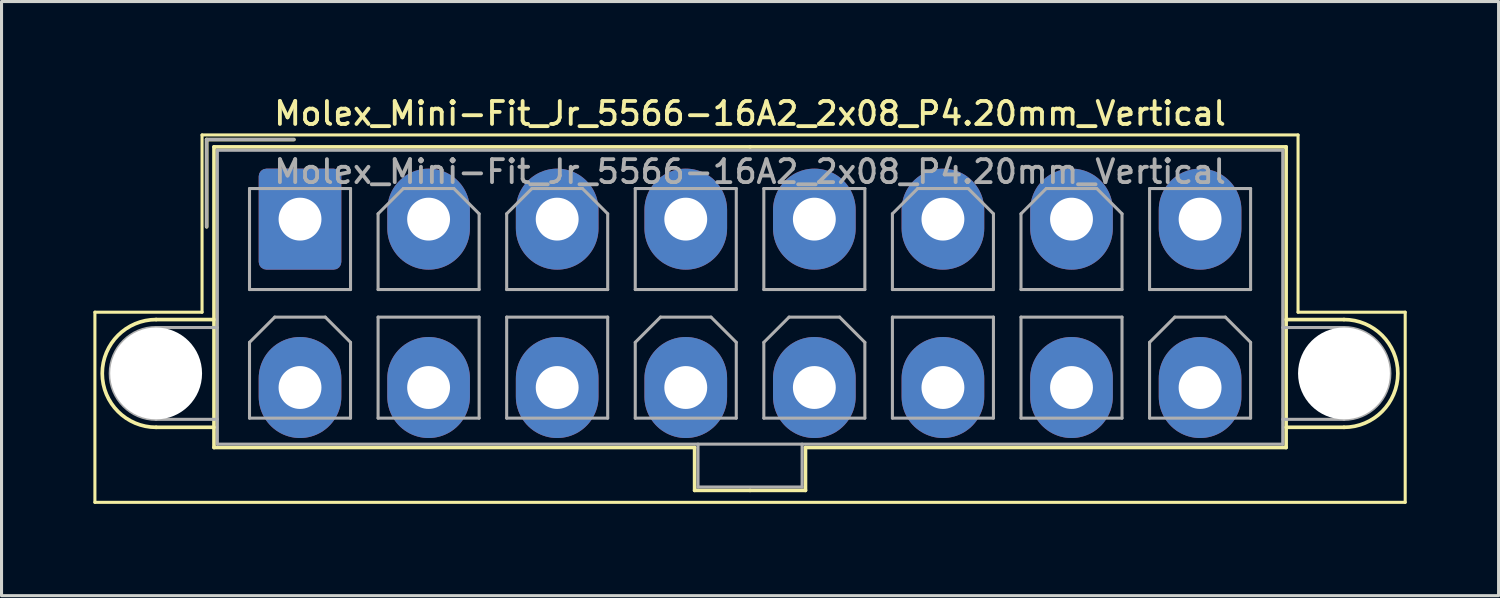
<source format=kicad_pcb>
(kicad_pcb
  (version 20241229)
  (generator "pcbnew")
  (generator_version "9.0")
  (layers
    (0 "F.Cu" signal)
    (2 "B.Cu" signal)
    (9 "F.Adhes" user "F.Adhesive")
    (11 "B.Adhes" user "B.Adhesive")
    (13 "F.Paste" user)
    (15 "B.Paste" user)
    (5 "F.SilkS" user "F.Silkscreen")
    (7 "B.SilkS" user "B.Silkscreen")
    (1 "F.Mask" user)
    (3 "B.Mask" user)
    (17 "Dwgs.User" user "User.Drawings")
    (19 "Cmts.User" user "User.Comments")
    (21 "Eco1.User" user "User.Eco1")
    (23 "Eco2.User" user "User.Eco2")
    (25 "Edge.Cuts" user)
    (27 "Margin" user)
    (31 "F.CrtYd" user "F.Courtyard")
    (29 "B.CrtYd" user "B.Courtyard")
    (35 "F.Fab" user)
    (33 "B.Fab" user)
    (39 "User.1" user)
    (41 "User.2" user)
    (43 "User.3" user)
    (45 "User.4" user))
  (footprint "Molex_Mini-Fit_Jr_5566-16A2_2x08_P4.20mm_Vertical"
    (layer "F.Cu")
    (at 6.75 4.108)
    (property "Reference" "Molex_Mini-Fit_Jr_5566-16A2_2x08_P4.20mm_Vertical" (at 14.7 -3.45 0) (layer "F.SilkS") (effects (font (size 0.75 0.75) (thickness 0.125))))
    (attr through_hole)
    (fp_line (start -6.7 3.04) (end -6.7 9.25) (stroke (width 0.1) (type solid)) (layer "F.SilkS"))
    (fp_line (start -6.7 9.25) (end 36.1 9.25) (stroke (width 0.1) (type solid)) (layer "F.SilkS"))
    (fp_line (start -4.7 3.28) (end -2.81 3.28) (stroke (width 0.12) (type solid)) (layer "F.SilkS"))
    (fp_line (start -4.7 6.8) (end -2.81 6.8) (stroke (width 0.12) (type solid)) (layer "F.SilkS"))
    (fp_line (start -3.2 -2.75) (end -3.2 3.04) (stroke (width 0.1) (type solid)) (layer "F.SilkS"))
    (fp_line (start -3.2 3.04) (end -6.7 3.04) (stroke (width 0.1) (type solid)) (layer "F.SilkS"))
    (fp_line (start -3.05 -2.6) (end -3.05 0.25) (stroke (width 0.12) (type solid)) (layer "F.SilkS"))
    (fp_line (start -2.81 -2.36) (end -2.81 7.46) (stroke (width 0.12) (type solid)) (layer "F.SilkS"))
    (fp_line (start -2.81 7.46) (end 12.89 7.46) (stroke (width 0.12) (type solid)) (layer "F.SilkS"))
    (fp_line (start -0.2 -2.6) (end -3.05 -2.6) (stroke (width 0.12) (type solid)) (layer "F.SilkS"))
    (fp_line (start 12.89 7.46) (end 12.89 8.86) (stroke (width 0.12) (type solid)) (layer "F.SilkS"))
    (fp_line (start 12.89 8.86) (end 14.7 8.86) (stroke (width 0.12) (type solid)) (layer "F.SilkS"))
    (fp_line (start 14.7 -2.36) (end -2.81 -2.36) (stroke (width 0.12) (type solid)) (layer "F.SilkS"))
    (fp_line (start 14.7 -2.36) (end 32.21 -2.36) (stroke (width 0.12) (type solid)) (layer "F.SilkS"))
    (fp_line (start 16.51 7.46) (end 16.51 8.86) (stroke (width 0.12) (type solid)) (layer "F.SilkS"))
    (fp_line (start 16.51 8.86) (end 14.7 8.86) (stroke (width 0.12) (type solid)) (layer "F.SilkS"))
    (fp_line (start 32.21 -2.36) (end 32.21 7.46) (stroke (width 0.12) (type solid)) (layer "F.SilkS"))
    (fp_line (start 32.21 7.46) (end 16.51 7.46) (stroke (width 0.12) (type solid)) (layer "F.SilkS"))
    (fp_line (start 32.6 -2.75) (end -3.2 -2.75) (stroke (width 0.1) (type solid)) (layer "F.SilkS"))
    (fp_line (start 32.6 3.04) (end 32.6 -2.75) (stroke (width 0.1) (type solid)) (layer "F.SilkS"))
    (fp_line (start 34.1 3.28) (end 32.21 3.28) (stroke (width 0.12) (type solid)) (layer "F.SilkS"))
    (fp_line (start 34.1 6.8) (end 32.21 6.8) (stroke (width 0.12) (type solid)) (layer "F.SilkS"))
    (fp_line (start 36.1 3.04) (end 32.6 3.04) (stroke (width 0.1) (type solid)) (layer "F.SilkS"))
    (fp_line (start 36.1 9.25) (end 36.1 3.04) (stroke (width 0.1) (type solid)) (layer "F.SilkS"))
    (fp_arc (start -4.7 6.8) (mid -6.46 5.04) (end -4.7 3.28) (stroke (width 0.12) (type solid)) (layer "F.SilkS"))
    (fp_arc (start 34.1 3.28) (mid 35.86 5.04) (end 34.1 6.8) (stroke (width 0.12) (type solid)) (layer "F.SilkS"))
    (fp_line (start -4.7 3.54) (end -2.7 3.54) (stroke (width 0.1) (type solid)) (layer "F.Fab"))
    (fp_line (start -4.7 6.54) (end -2.7 6.54) (stroke (width 0.1) (type solid)) (layer "F.Fab"))
    (fp_line (start -3.05 -2.6) (end -3.05 0.25) (stroke (width 0.1) (type solid)) (layer "F.Fab"))
    (fp_line (start -2.7 -2.25) (end -2.7 7.35) (stroke (width 0.1) (type solid)) (layer "F.Fab"))
    (fp_line (start -2.7 7.35) (end 32.1 7.35) (stroke (width 0.1) (type solid)) (layer "F.Fab"))
    (fp_line (start -1.65 -1) (end -1.65 2.3) (stroke (width 0.1) (type solid)) (layer "F.Fab"))
    (fp_line (start -1.65 2.3) (end 1.65 2.3) (stroke (width 0.1) (type solid)) (layer "F.Fab"))
    (fp_line (start -1.65 4.025) (end -0.825 3.2) (stroke (width 0.1) (type solid)) (layer "F.Fab"))
    (fp_line (start -1.65 6.5) (end -1.65 4.025) (stroke (width 0.1) (type solid)) (layer "F.Fab"))
    (fp_line (start -0.825 3.2) (end 0.825 3.2) (stroke (width 0.1) (type solid)) (layer "F.Fab"))
    (fp_line (start -0.2 -2.6) (end -3.05 -2.6) (stroke (width 0.1) (type solid)) (layer "F.Fab"))
    (fp_line (start 0.825 3.2) (end 1.65 4.025) (stroke (width 0.1) (type solid)) (layer "F.Fab"))
    (fp_line (start 1.65 -1) (end -1.65 -1) (stroke (width 0.1) (type solid)) (layer "F.Fab"))
    (fp_line (start 1.65 2.3) (end 1.65 -1) (stroke (width 0.1) (type solid)) (layer "F.Fab"))
    (fp_line (start 1.65 4.025) (end 1.65 6.5) (stroke (width 0.1) (type solid)) (layer "F.Fab"))
    (fp_line (start 1.65 6.5) (end -1.65 6.5) (stroke (width 0.1) (type solid)) (layer "F.Fab"))
    (fp_line (start 2.55 -0.175) (end 3.375 -1) (stroke (width 0.1) (type solid)) (layer "F.Fab"))
    (fp_line (start 2.55 2.3) (end 2.55 -0.175) (stroke (width 0.1) (type solid)) (layer "F.Fab"))
    (fp_line (start 2.55 3.2) (end 2.55 6.5) (stroke (width 0.1) (type solid)) (layer "F.Fab"))
    (fp_line (start 2.55 6.5) (end 5.85 6.5) (stroke (width 0.1) (type solid)) (layer "F.Fab"))
    (fp_line (start 3.375 -1) (end 5.025 -1) (stroke (width 0.1) (type solid)) (layer "F.Fab"))
    (fp_line (start 5.025 -1) (end 5.85 -0.175) (stroke (width 0.1) (type solid)) (layer "F.Fab"))
    (fp_line (start 5.85 -0.175) (end 5.85 2.3) (stroke (width 0.1) (type solid)) (layer "F.Fab"))
    (fp_line (start 5.85 2.3) (end 2.55 2.3) (stroke (width 0.1) (type solid)) (layer "F.Fab"))
    (fp_line (start 5.85 3.2) (end 2.55 3.2) (stroke (width 0.1) (type solid)) (layer "F.Fab"))
    (fp_line (start 5.85 6.5) (end 5.85 3.2) (stroke (width 0.1) (type solid)) (layer "F.Fab"))
    (fp_line (start 6.75 -0.175) (end 7.575 -1) (stroke (width 0.1) (type solid)) (layer "F.Fab"))
    (fp_line (start 6.75 2.3) (end 6.75 -0.175) (stroke (width 0.1) (type solid)) (layer "F.Fab"))
    (fp_line (start 6.75 3.2) (end 6.75 6.5) (stroke (width 0.1) (type solid)) (layer "F.Fab"))
    (fp_line (start 6.75 6.5) (end 10.05 6.5) (stroke (width 0.1) (type solid)) (layer "F.Fab"))
    (fp_line (start 7.575 -1) (end 9.225 -1) (stroke (width 0.1) (type solid)) (layer "F.Fab"))
    (fp_line (start 9.225 -1) (end 10.05 -0.175) (stroke (width 0.1) (type solid)) (layer "F.Fab"))
    (fp_line (start 10.05 -0.175) (end 10.05 2.3) (stroke (width 0.1) (type solid)) (layer "F.Fab"))
    (fp_line (start 10.05 2.3) (end 6.75 2.3) (stroke (width 0.1) (type solid)) (layer "F.Fab"))
    (fp_line (start 10.05 3.2) (end 6.75 3.2) (stroke (width 0.1) (type solid)) (layer "F.Fab"))
    (fp_line (start 10.05 6.5) (end 10.05 3.2) (stroke (width 0.1) (type solid)) (layer "F.Fab"))
    (fp_line (start 10.95 -1) (end 10.95 2.3) (stroke (width 0.1) (type solid)) (layer "F.Fab"))
    (fp_line (start 10.95 2.3) (end 14.25 2.3) (stroke (width 0.1) (type solid)) (layer "F.Fab"))
    (fp_line (start 10.95 4.025) (end 11.775 3.2) (stroke (width 0.1) (type solid)) (layer "F.Fab"))
    (fp_line (start 10.95 6.5) (end 10.95 4.025) (stroke (width 0.1) (type solid)) (layer "F.Fab"))
    (fp_line (start 11.775 3.2) (end 13.425 3.2) (stroke (width 0.1) (type solid)) (layer "F.Fab"))
    (fp_line (start 13 7.35) (end 13 8.75) (stroke (width 0.1) (type solid)) (layer "F.Fab"))
    (fp_line (start 13 8.75) (end 16.4 8.75) (stroke (width 0.1) (type solid)) (layer "F.Fab"))
    (fp_line (start 13.425 3.2) (end 14.25 4.025) (stroke (width 0.1) (type solid)) (layer "F.Fab"))
    (fp_line (start 14.25 -1) (end 10.95 -1) (stroke (width 0.1) (type solid)) (layer "F.Fab"))
    (fp_line (start 14.25 2.3) (end 14.25 -1) (stroke (width 0.1) (type solid)) (layer "F.Fab"))
    (fp_line (start 14.25 4.025) (end 14.25 6.5) (stroke (width 0.1) (type solid)) (layer "F.Fab"))
    (fp_line (start 14.25 6.5) (end 10.95 6.5) (stroke (width 0.1) (type solid)) (layer "F.Fab"))
    (fp_line (start 15.15 -1) (end 15.15 2.3) (stroke (width 0.1) (type solid)) (layer "F.Fab"))
    (fp_line (start 15.15 2.3) (end 18.45 2.3) (stroke (width 0.1) (type solid)) (layer "F.Fab"))
    (fp_line (start 15.15 4.025) (end 15.975 3.2) (stroke (width 0.1) (type solid)) (layer "F.Fab"))
    (fp_line (start 15.15 6.5) (end 15.15 4.025) (stroke (width 0.1) (type solid)) (layer "F.Fab"))
    (fp_line (start 15.975 3.2) (end 17.625 3.2) (stroke (width 0.1) (type solid)) (layer "F.Fab"))
    (fp_line (start 16.4 8.75) (end 16.4 7.35) (stroke (width 0.1) (type solid)) (layer "F.Fab"))
    (fp_line (start 17.625 3.2) (end 18.45 4.025) (stroke (width 0.1) (type solid)) (layer "F.Fab"))
    (fp_line (start 18.45 -1) (end 15.15 -1) (stroke (width 0.1) (type solid)) (layer "F.Fab"))
    (fp_line (start 18.45 2.3) (end 18.45 -1) (stroke (width 0.1) (type solid)) (layer "F.Fab"))
    (fp_line (start 18.45 4.025) (end 18.45 6.5) (stroke (width 0.1) (type solid)) (layer "F.Fab"))
    (fp_line (start 18.45 6.5) (end 15.15 6.5) (stroke (width 0.1) (type solid)) (layer "F.Fab"))
    (fp_line (start 19.35 -0.175) (end 20.175 -1) (stroke (width 0.1) (type solid)) (layer "F.Fab"))
    (fp_line (start 19.35 2.3) (end 19.35 -0.175) (stroke (width 0.1) (type solid)) (layer "F.Fab"))
    (fp_line (start 19.35 3.2) (end 19.35 6.5) (stroke (width 0.1) (type solid)) (layer "F.Fab"))
    (fp_line (start 19.35 6.5) (end 22.65 6.5) (stroke (width 0.1) (type solid)) (layer "F.Fab"))
    (fp_line (start 20.175 -1) (end 21.825 -1) (stroke (width 0.1) (type solid)) (layer "F.Fab"))
    (fp_line (start 21.825 -1) (end 22.65 -0.175) (stroke (width 0.1) (type solid)) (layer "F.Fab"))
    (fp_line (start 22.65 -0.175) (end 22.65 2.3) (stroke (width 0.1) (type solid)) (layer "F.Fab"))
    (fp_line (start 22.65 2.3) (end 19.35 2.3) (stroke (width 0.1) (type solid)) (layer "F.Fab"))
    (fp_line (start 22.65 3.2) (end 19.35 3.2) (stroke (width 0.1) (type solid)) (layer "F.Fab"))
    (fp_line (start 22.65 6.5) (end 22.65 3.2) (stroke (width 0.1) (type solid)) (layer "F.Fab"))
    (fp_line (start 23.55 -0.175) (end 24.375 -1) (stroke (width 0.1) (type solid)) (layer "F.Fab"))
    (fp_line (start 23.55 2.3) (end 23.55 -0.175) (stroke (width 0.1) (type solid)) (layer "F.Fab"))
    (fp_line (start 23.55 3.2) (end 23.55 6.5) (stroke (width 0.1) (type solid)) (layer "F.Fab"))
    (fp_line (start 23.55 6.5) (end 26.85 6.5) (stroke (width 0.1) (type solid)) (layer "F.Fab"))
    (fp_line (start 24.375 -1) (end 26.025 -1) (stroke (width 0.1) (type solid)) (layer "F.Fab"))
    (fp_line (start 26.025 -1) (end 26.85 -0.175) (stroke (width 0.1) (type solid)) (layer "F.Fab"))
    (fp_line (start 26.85 -0.175) (end 26.85 2.3) (stroke (width 0.1) (type solid)) (layer "F.Fab"))
    (fp_line (start 26.85 2.3) (end 23.55 2.3) (stroke (width 0.1) (type solid)) (layer "F.Fab"))
    (fp_line (start 26.85 3.2) (end 23.55 3.2) (stroke (width 0.1) (type solid)) (layer "F.Fab"))
    (fp_line (start 26.85 6.5) (end 26.85 3.2) (stroke (width 0.1) (type solid)) (layer "F.Fab"))
    (fp_line (start 27.75 -1) (end 27.75 2.3) (stroke (width 0.1) (type solid)) (layer "F.Fab"))
    (fp_line (start 27.75 2.3) (end 31.05 2.3) (stroke (width 0.1) (type solid)) (layer "F.Fab"))
    (fp_line (start 27.75 4.025) (end 28.575 3.2) (stroke (width 0.1) (type solid)) (layer "F.Fab"))
    (fp_line (start 27.75 6.5) (end 27.75 4.025) (stroke (width 0.1) (type solid)) (layer "F.Fab"))
    (fp_line (start 28.575 3.2) (end 30.225 3.2) (stroke (width 0.1) (type solid)) (layer "F.Fab"))
    (fp_line (start 30.225 3.2) (end 31.05 4.025) (stroke (width 0.1) (type solid)) (layer "F.Fab"))
    (fp_line (start 31.05 -1) (end 27.75 -1) (stroke (width 0.1) (type solid)) (layer "F.Fab"))
    (fp_line (start 31.05 2.3) (end 31.05 -1) (stroke (width 0.1) (type solid)) (layer "F.Fab"))
    (fp_line (start 31.05 4.025) (end 31.05 6.5) (stroke (width 0.1) (type solid)) (layer "F.Fab"))
    (fp_line (start 31.05 6.5) (end 27.75 6.5) (stroke (width 0.1) (type solid)) (layer "F.Fab"))
    (fp_line (start 32.1 -2.25) (end -2.7 -2.25) (stroke (width 0.1) (type solid)) (layer "F.Fab"))
    (fp_line (start 32.1 7.35) (end 32.1 -2.25) (stroke (width 0.1) (type solid)) (layer "F.Fab"))
    (fp_line (start 34.1 3.54) (end 32.1 3.54) (stroke (width 0.1) (type solid)) (layer "F.Fab"))
    (fp_line (start 34.1 6.54) (end 32.1 6.54) (stroke (width 0.1) (type solid)) (layer "F.Fab"))
    (fp_arc (start -4.7 6.54) (mid -6.2 5.04) (end -4.7 3.54) (stroke (width 0.1) (type solid)) (layer "F.Fab"))
    (fp_arc (start 34.1 3.54) (mid 35.6 5.04) (end 34.1 6.54) (stroke (width 0.1) (type solid)) (layer "F.Fab"))
    (fp_text user "${REFERENCE}" (at 14.7 -1.55 0) (layer "F.Fab") (effects (font (size 0.75 0.75) (thickness 0.125))))
    (pad "" np_thru_hole circle (at -4.7 5.04) (size 3 3) (drill 3) (layers "*.Cu" "*.Mask"))
    (pad "" np_thru_hole circle (at 34.1 5.04) (size 3 3) (drill 3) (layers "*.Cu" "*.Mask"))
    (pad "1" thru_hole roundrect (at 0 0) (size 2.7 3.3) (drill 1.4) (layers "*.Cu" "*.Mask") (roundrect_rratio 0.093))
    (pad "2" thru_hole oval (at 4.2 0) (size 2.7 3.3) (drill 1.4) (layers "*.Cu" "*.Mask"))
    (pad "3" thru_hole oval (at 8.4 0) (size 2.7 3.3) (drill 1.4) (layers "*.Cu" "*.Mask"))
    (pad "4" thru_hole oval (at 12.6 0) (size 2.7 3.3) (drill 1.4) (layers "*.Cu" "*.Mask"))
    (pad "5" thru_hole oval (at 16.8 0) (size 2.7 3.3) (drill 1.4) (layers "*.Cu" "*.Mask"))
    (pad "6" thru_hole oval (at 21 0) (size 2.7 3.3) (drill 1.4) (layers "*.Cu" "*.Mask"))
    (pad "7" thru_hole oval (at 25.2 0) (size 2.7 3.3) (drill 1.4) (layers "*.Cu" "*.Mask"))
    (pad "8" thru_hole oval (at 29.4 0) (size 2.7 3.3) (drill 1.4) (layers "*.Cu" "*.Mask"))
    (pad "9" thru_hole oval (at 0 5.5) (size 2.7 3.3) (drill 1.4) (layers "*.Cu" "*.Mask"))
    (pad "10" thru_hole oval (at 4.2 5.5) (size 2.7 3.3) (drill 1.4) (layers "*.Cu" "*.Mask"))
    (pad "11" thru_hole oval (at 8.4 5.5) (size 2.7 3.3) (drill 1.4) (layers "*.Cu" "*.Mask"))
    (pad "12" thru_hole oval (at 12.6 5.5) (size 2.7 3.3) (drill 1.4) (layers "*.Cu" "*.Mask"))
    (pad "13" thru_hole oval (at 16.8 5.5) (size 2.7 3.3) (drill 1.4) (layers "*.Cu" "*.Mask"))
    (pad "14" thru_hole oval (at 21 5.5) (size 2.7 3.3) (drill 1.4) (layers "*.Cu" "*.Mask"))
    (pad "15" thru_hole oval (at 25.2 5.5) (size 2.7 3.3) (drill 1.4) (layers "*.Cu" "*.Mask"))
    (pad "16" thru_hole oval (at 29.4 5.5) (size 2.7 3.3) (drill 1.4) (layers "*.Cu" "*.Mask")))
  (gr_rect
    (start -3 -3)
    (end 45.9 16.408)
    (stroke (width 0.1) (type default))
    (fill no)
    (layer "Edge.Cuts")))
</source>
